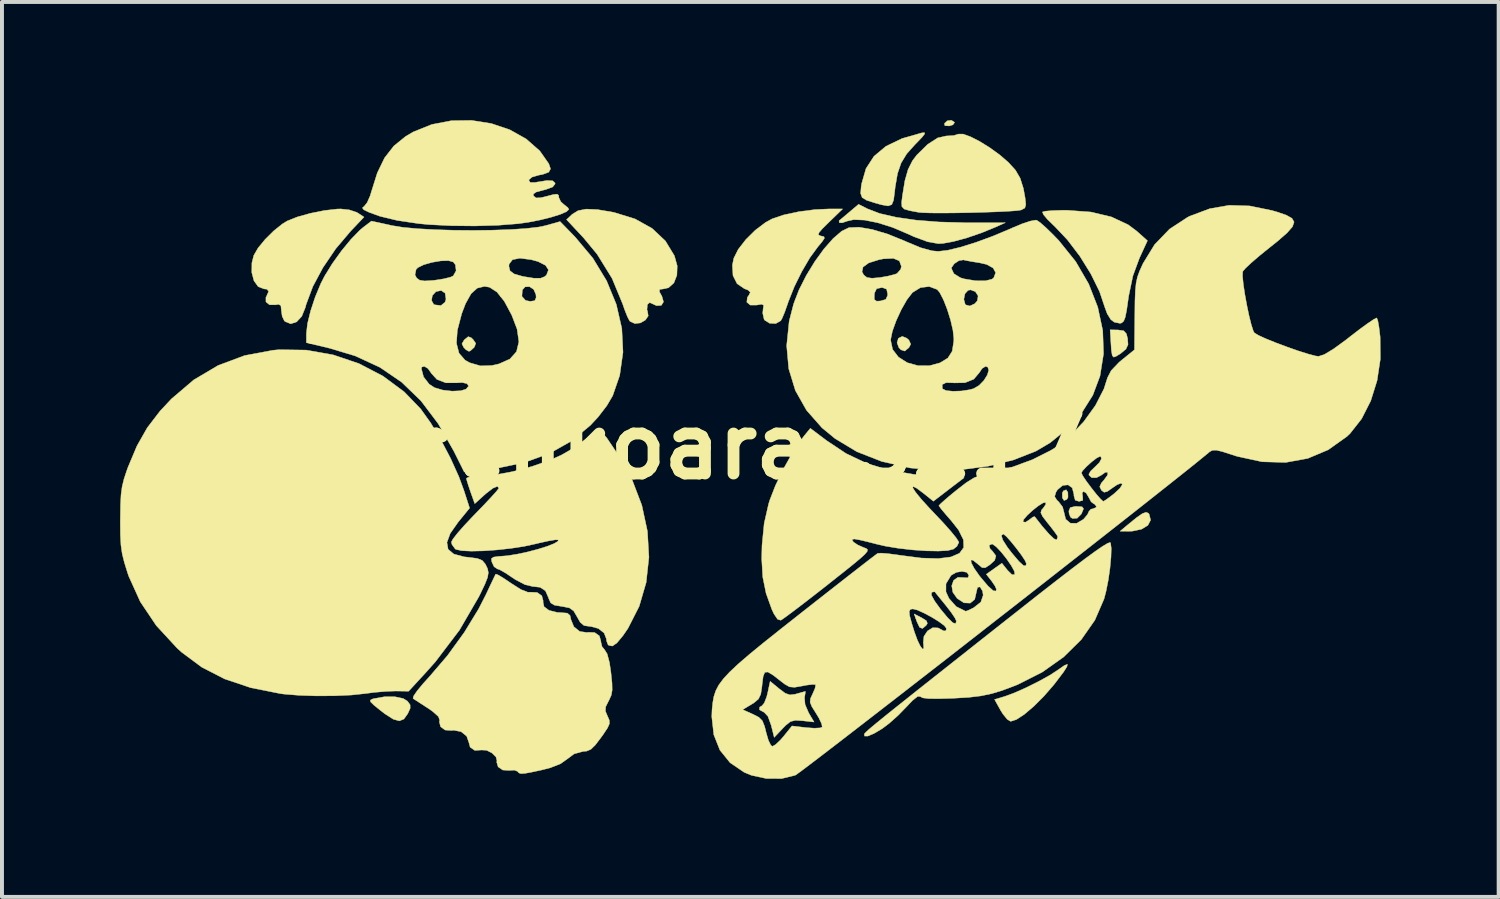
<source format=kicad_pcb>
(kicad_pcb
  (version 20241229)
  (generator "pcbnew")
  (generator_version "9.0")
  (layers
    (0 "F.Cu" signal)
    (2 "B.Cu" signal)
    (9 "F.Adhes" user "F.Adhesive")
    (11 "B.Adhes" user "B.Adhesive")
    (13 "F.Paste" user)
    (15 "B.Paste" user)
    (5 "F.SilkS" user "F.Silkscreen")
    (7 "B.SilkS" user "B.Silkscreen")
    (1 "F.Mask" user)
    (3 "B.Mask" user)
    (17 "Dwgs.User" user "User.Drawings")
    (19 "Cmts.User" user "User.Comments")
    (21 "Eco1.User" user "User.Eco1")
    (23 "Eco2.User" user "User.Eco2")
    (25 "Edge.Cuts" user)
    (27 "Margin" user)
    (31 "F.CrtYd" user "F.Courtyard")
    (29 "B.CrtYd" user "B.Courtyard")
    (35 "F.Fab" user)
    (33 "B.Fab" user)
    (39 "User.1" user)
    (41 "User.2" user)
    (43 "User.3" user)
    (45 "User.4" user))
  (footprint "senkoara_3217"
    (layer "F.Cu")
    (at 15.908 8.288)
    (property "Reference" "senkoara_3217" (at 0 0 0) (layer "F.SilkS") (effects (font (size 1.524 1.524) (thickness 0.3))))
    (attr through_hole)
    (fp_poly (pts (xy 4.453 4.354) (xy 4.576 4.432) (xy 4.597 4.498) (xy 4.569 4.544) (xy 4.473 4.626) (xy 4.398 4.595) (xy 4.328 4.445) (xy 4.261 4.255) (xy 4.453 4.354)) (stroke (width 0.01) (type solid)) (fill yes) (layer "F.SilkS"))
    (fp_poly (pts (xy 5.282 -8.235) (xy 5.286 -8.223) (xy 5.245 -8.167) (xy 5.152 -8.139) (xy 5.041 -8.146) (xy 5.031 -8.202) (xy 5.102 -8.27) (xy 5.208 -8.283) (xy 5.282 -8.235)) (stroke (width 0.01) (type solid)) (fill yes) (layer "F.SilkS"))
    (fp_poly (pts (xy 8.166 1.168) (xy 8.169 1.295) (xy 8.139 1.348) (xy 8.069 1.375) (xy 8.026 1.308) (xy 8.024 1.181) (xy 8.054 1.128) (xy 8.123 1.102) (xy 8.166 1.168)) (stroke (width 0.01) (type solid)) (fill yes) (layer "F.SilkS"))
    (fp_poly (pts (xy 4.072 -2.749) (xy 4.128 -2.699) (xy 4.175 -2.597) (xy 4.128 -2.508) (xy 4.022 -2.421) (xy 3.925 -2.454) (xy 3.874 -2.507) (xy 3.827 -2.632) (xy 3.86 -2.745) (xy 3.959 -2.794) (xy 4.072 -2.749)) (stroke (width 0.01) (type solid)) (fill yes) (layer "F.SilkS"))
    (fp_poly (pts (xy 8.527 1.534) (xy 8.564 1.584) (xy 8.514 1.705) (xy 8.507 1.719) (xy 8.403 1.824) (xy 8.282 1.831) (xy 8.234 1.799) (xy 8.197 1.706) (xy 8.191 1.64) (xy 8.227 1.554) (xy 8.352 1.524) (xy 8.382 1.524) (xy 8.527 1.534)) (stroke (width 0.01) (type solid)) (fill yes) (layer "F.SilkS"))
    (fp_poly (pts (xy 10.212 1.698) (xy 10.229 1.72) (xy 10.268 1.871) (xy 10.199 2.004) (xy 10.039 2.103) (xy 9.805 2.153) (xy 9.716 2.156) (xy 9.493 2.154) (xy 9.684 1.994) (xy 9.907 1.812) (xy 10.057 1.708) (xy 10.152 1.673) (xy 10.212 1.698)) (stroke (width 0.01) (type solid)) (fill yes) (layer "F.SilkS"))
    (fp_poly (pts (xy -6.991 -2.761) (xy -6.943 -2.716) (xy -6.874 -2.618) (xy -6.906 -2.528) (xy -6.919 -2.511) (xy -7.007 -2.43) (xy -7.048 -2.413) (xy -7.124 -2.456) (xy -7.178 -2.511) (xy -7.225 -2.605) (xy -7.171 -2.698) (xy -7.154 -2.716) (xy -7.065 -2.787) (xy -6.991 -2.761)) (stroke (width 0.01) (type solid)) (fill yes) (layer "F.SilkS"))
    (fp_poly (pts (xy 9.441 -2.957) (xy 9.584 -2.937) (xy 9.653 -2.86) (xy 9.683 -2.74) (xy 9.694 -2.587) (xy 9.641 -2.471) (xy 9.504 -2.357) (xy 9.388 -2.286) (xy 9.328 -2.266) (xy 9.292 -2.31) (xy 9.271 -2.443) (xy 9.261 -2.593) (xy 9.239 -2.961) (xy 9.441 -2.957)) (stroke (width 0.01) (type solid)) (fill yes) (layer "F.SilkS"))
    (fp_poly (pts (xy -8.929 6.359) (xy -8.717 6.404) (xy -8.609 6.471) (xy -8.541 6.564) (xy -8.54 6.654) (xy -8.601 6.789) (xy -8.698 6.925) (xy -8.814 6.973) (xy -8.969 6.93) (xy -9.181 6.794) (xy -9.28 6.718) (xy -9.456 6.576) (xy -9.543 6.492) (xy -9.553 6.446) (xy -9.497 6.417) (xy -9.461 6.407) (xy -9.19 6.359) (xy -8.929 6.359)) (stroke (width 0.01) (type solid)) (fill yes) (layer "F.SilkS"))
    (fp_poly (pts (xy 8.141 5.597) (xy 8.056 5.731) (xy 7.817 6.046) (xy 7.56 6.342) (xy 7.301 6.601) (xy 7.061 6.806) (xy 6.857 6.939) (xy 6.712 6.985) (xy 6.627 6.934) (xy 6.519 6.802) (xy 6.459 6.707) (xy 6.304 6.428) (xy 6.565 6.35) (xy 6.809 6.26) (xy 7.111 6.126) (xy 7.427 5.968) (xy 7.711 5.811) (xy 7.917 5.676) (xy 8.081 5.562) (xy 8.155 5.535) (xy 8.141 5.597)) (stroke (width 0.01) (type solid)) (fill yes) (layer "F.SilkS"))
    (fp_poly (pts (xy 4.529 -7.938) (xy 4.462 -7.852) (xy 4.313 -7.697) (xy 4.282 -7.666) (xy 4.073 -7.432) (xy 3.931 -7.2) (xy 3.839 -6.931) (xy 3.78 -6.587) (xy 3.766 -6.461) (xy 3.739 -6.254) (xy 3.693 -6.141) (xy 3.6 -6.107) (xy 3.432 -6.137) (xy 3.27 -6.182) (xy 3.056 -6.25) (xy 2.941 -6.319) (xy 2.902 -6.425) (xy 2.916 -6.6) (xy 2.928 -6.675) (xy 3.038 -7.056) (xy 3.242 -7.37) (xy 3.545 -7.623) (xy 3.954 -7.82) (xy 4.45 -7.962) (xy 4.522 -7.97) (xy 4.529 -7.938)) (stroke (width 0.01) (type solid)) (fill yes) (layer "F.SilkS"))
    (fp_poly (pts (xy 3.079 -6.033) (xy 3.389 -5.915) (xy 3.807 -5.819) (xy 4.314 -5.746) (xy 4.892 -5.7) (xy 5.524 -5.683) (xy 5.559 -5.683) (xy 6.579 -5.683) (xy 6.321 -5.567) (xy 5.967 -5.422) (xy 5.604 -5.298) (xy 5.268 -5.206) (xy 4.992 -5.155) (xy 4.878 -5.149) (xy 4.608 -5.196) (xy 4.256 -5.326) (xy 4.096 -5.399) (xy 3.712 -5.562) (xy 3.338 -5.68) (xy 3.001 -5.748) (xy 2.726 -5.759) (xy 2.564 -5.723) (xy 2.433 -5.679) (xy 2.362 -5.681) (xy 2.354 -5.732) (xy 2.355 -5.733) (xy 2.415 -5.782) (xy 2.537 -5.884) (xy 2.616 -5.951) (xy 2.85 -6.149) (xy 3.079 -6.033)) (stroke (width 0.01) (type solid)) (fill yes) (layer "F.SilkS"))
    (fp_poly (pts (xy 0.833 6.156) (xy 0.988 6.271) (xy 1.106 6.312) (xy 1.24 6.295) (xy 1.277 6.284) (xy 1.421 6.244) (xy 1.496 6.223) (xy 1.499 6.223) (xy 1.494 6.277) (xy 1.476 6.38) (xy 1.491 6.555) (xy 1.579 6.762) (xy 1.583 6.77) (xy 1.72 7.002) (xy 1.429 6.969) (xy 1.244 6.958) (xy 1.119 6.99) (xy 0.997 7.087) (xy 0.922 7.164) (xy 0.707 7.392) (xy 0.63 7.085) (xy 0.547 6.856) (xy 0.447 6.751) (xy 0.435 6.747) (xy 0.332 6.69) (xy 0.337 6.622) (xy 0.397 6.588) (xy 0.456 6.515) (xy 0.516 6.36) (xy 0.54 6.265) (xy 0.604 5.967) (xy 0.833 6.156)) (stroke (width 0.01) (type solid)) (fill yes) (layer "F.SilkS"))
    (fp_poly (pts (xy 8.75 -5.953) (xy 9.268 -5.83) (xy 9.696 -5.631) (xy 9.91 -5.471) (xy 10.187 -5.225) (xy 9.983 -4.781) (xy 9.817 -4.33) (xy 9.709 -3.812) (xy 9.699 -3.74) (xy 9.659 -3.459) (xy 9.623 -3.28) (xy 9.583 -3.18) (xy 9.531 -3.135) (xy 9.49 -3.125) (xy 9.347 -3.154) (xy 9.257 -3.22) (xy 9.166 -3.367) (xy 9.108 -3.524) (xy 8.97 -3.933) (xy 8.75 -4.38) (xy 8.471 -4.83) (xy 8.154 -5.247) (xy 7.822 -5.597) (xy 7.804 -5.613) (xy 7.648 -5.765) (xy 7.546 -5.887) (xy 7.52 -5.953) (xy 7.521 -5.955) (xy 7.601 -5.975) (xy 7.777 -5.989) (xy 8.018 -5.997) (xy 8.149 -5.997) (xy 8.75 -5.953)) (stroke (width 0.01) (type solid)) (fill yes) (layer "F.SilkS"))
    (fp_poly (pts (xy 5.693 -7.865) (xy 5.928 -7.745) (xy 6.184 -7.586) (xy 6.436 -7.403) (xy 6.651 -7.218) (xy 6.834 -7.018) (xy 6.955 -6.81) (xy 7.036 -6.552) (xy 7.08 -6.311) (xy 7.098 -6.142) (xy 7.073 -6.055) (xy 6.99 -6.009) (xy 6.973 -6.003) (xy 6.862 -5.987) (xy 6.65 -5.972) (xy 6.362 -5.958) (xy 6.023 -5.946) (xy 5.66 -5.936) (xy 5.298 -5.93) (xy 4.962 -5.927) (xy 4.677 -5.929) (xy 4.471 -5.936) (xy 4.381 -5.944) (xy 4.145 -5.988) (xy 4.009 -6.028) (xy 3.95 -6.09) (xy 3.943 -6.198) (xy 3.964 -6.369) (xy 4.026 -6.749) (xy 4.107 -7.033) (xy 4.218 -7.255) (xy 4.328 -7.4) (xy 4.604 -7.671) (xy 4.858 -7.835) (xy 5.081 -7.886) (xy 5.094 -7.885) (xy 5.269 -7.896) (xy 5.388 -7.933) (xy 5.505 -7.933) (xy 5.693 -7.865)) (stroke (width 0.01) (type solid)) (fill yes) (layer "F.SilkS"))
    (fp_poly (pts (xy -3.784 -6.015) (xy -3.404 -5.951) (xy -3.356 -5.941) (xy -2.828 -5.778) (xy -2.394 -5.536) (xy -2.056 -5.217) (xy -1.828 -4.842) (xy -1.757 -4.586) (xy -1.765 -4.347) (xy -1.841 -4.152) (xy -1.977 -4.029) (xy -2.105 -4) (xy -2.202 -3.987) (xy -2.209 -3.928) (xy -2.145 -3.811) (xy -2.105 -3.67) (xy -2.16 -3.582) (xy -2.28 -3.573) (xy -2.353 -3.607) (xy -2.455 -3.653) (xy -2.507 -3.611) (xy -2.515 -3.592) (xy -2.525 -3.471) (xy -2.511 -3.433) (xy -2.493 -3.313) (xy -2.566 -3.208) (xy -2.691 -3.136) (xy -2.833 -3.119) (xy -2.954 -3.175) (xy -2.968 -3.191) (xy -3.021 -3.293) (xy -3.092 -3.471) (xy -3.143 -3.619) (xy -3.412 -4.268) (xy -3.79 -4.88) (xy -4.136 -5.298) (xy -4.568 -5.76) (xy -4.423 -5.896) (xy -4.274 -5.988) (xy -4.067 -6.027) (xy -3.784 -6.015)) (stroke (width 0.01) (type solid)) (fill yes) (layer "F.SilkS"))
    (fp_poly (pts (xy -10.088 -6.008) (xy -9.903 -5.947) (xy -9.87 -5.929) (xy -9.712 -5.825) (xy -10.051 -5.468) (xy -10.428 -5.023) (xy -10.755 -4.542) (xy -11.013 -4.059) (xy -11.183 -3.603) (xy -11.204 -3.524) (xy -11.293 -3.304) (xy -11.424 -3.162) (xy -11.573 -3.113) (xy -11.718 -3.172) (xy -11.735 -3.188) (xy -11.791 -3.304) (xy -11.811 -3.449) (xy -11.824 -3.576) (xy -11.885 -3.609) (xy -11.962 -3.595) (xy -12.113 -3.597) (xy -12.203 -3.67) (xy -12.204 -3.785) (xy -12.189 -3.812) (xy -12.134 -3.937) (xy -12.179 -3.993) (xy -12.252 -4) (xy -12.4 -4.057) (xy -12.507 -4.206) (xy -12.563 -4.417) (xy -12.56 -4.661) (xy -12.511 -4.853) (xy -12.404 -5.038) (xy -12.225 -5.256) (xy -12.008 -5.472) (xy -11.788 -5.649) (xy -11.664 -5.725) (xy -11.405 -5.828) (xy -11.071 -5.921) (xy -10.715 -5.992) (xy -10.389 -6.029) (xy -10.301 -6.031) (xy -10.088 -6.008)) (stroke (width 0.01) (type solid)) (fill yes) (layer "F.SilkS"))
    (fp_poly (pts (xy 2.445 -6.031) (xy 2.101 -5.698) (xy 1.93 -5.529) (xy 1.843 -5.427) (xy 1.828 -5.373) (xy 1.875 -5.349) (xy 1.895 -5.345) (xy 1.97 -5.327) (xy 1.982 -5.287) (xy 1.923 -5.198) (xy 1.816 -5.07) (xy 1.614 -4.794) (xy 1.407 -4.44) (xy 1.216 -4.053) (xy 1.067 -3.678) (xy 1.047 -3.619) (xy 0.975 -3.414) (xy 0.908 -3.253) (xy 0.873 -3.191) (xy 0.747 -3.12) (xy 0.59 -3.127) (xy 0.465 -3.205) (xy 0.45 -3.228) (xy 0.415 -3.383) (xy 0.425 -3.489) (xy 0.439 -3.585) (xy 0.39 -3.611) (xy 0.263 -3.59) (xy 0.097 -3.59) (xy 0.011 -3.663) (xy 0.025 -3.784) (xy 0.065 -3.843) (xy 0.1 -3.915) (xy 0.043 -3.969) (xy -0.052 -4.006) (xy -0.236 -4.132) (xy -0.34 -4.338) (xy -0.356 -4.602) (xy -0.32 -4.779) (xy -0.208 -5.003) (xy -0.015 -5.252) (xy 0.226 -5.491) (xy 0.485 -5.687) (xy 0.652 -5.779) (xy 0.954 -5.881) (xy 1.335 -5.962) (xy 1.745 -6.015) (xy 2.095 -6.031) (xy 2.445 -6.031)) (stroke (width 0.01) (type solid)) (fill yes) (layer "F.SilkS"))
    (fp_poly (pts (xy 9.25 2.449) (xy 9.268 2.588) (xy 9.261 2.815) (xy 9.235 3.096) (xy 9.192 3.396) (xy 9.136 3.68) (xy 9.084 3.877) (xy 8.852 4.413) (xy 8.507 4.907) (xy 8.058 5.35) (xy 7.514 5.735) (xy 6.885 6.053) (xy 6.509 6.196) (xy 6.229 6.281) (xy 5.956 6.338) (xy 5.646 6.375) (xy 5.256 6.398) (xy 5.232 6.399) (xy 4.874 6.409) (xy 4.628 6.406) (xy 4.48 6.388) (xy 4.416 6.354) (xy 4.415 6.353) (xy 4.35 6.351) (xy 4.22 6.454) (xy 4.058 6.624) (xy 3.852 6.835) (xy 3.625 7.037) (xy 3.45 7.169) (xy 3.243 7.292) (xy 3.087 7.358) (xy 3.001 7.359) (xy 2.995 7.308) (xy 3.008 7.288) (xy 3.041 7.254) (xy 3.101 7.199) (xy 3.193 7.12) (xy 3.325 7.011) (xy 3.503 6.866) (xy 3.733 6.681) (xy 4.022 6.451) (xy 4.376 6.169) (xy 4.802 5.832) (xy 5.307 5.433) (xy 5.896 4.967) (xy 6.576 4.43) (xy 6.813 4.244) (xy 7.396 3.784) (xy 7.887 3.401) (xy 8.292 3.089) (xy 8.617 2.844) (xy 8.868 2.661) (xy 9.05 2.536) (xy 9.171 2.464) (xy 9.235 2.441) (xy 9.25 2.449)) (stroke (width 0.01) (type solid)) (fill yes) (layer "F.SilkS"))
    (fp_poly (pts (xy -6.479 -8.201) (xy -6.01 -8.043) (xy -5.593 -7.809) (xy -5.248 -7.506) (xy -5.019 -7.18) (xy -4.974 -7.049) (xy -5.02 -6.965) (xy -5.171 -6.909) (xy -5.271 -6.89) (xy -5.444 -6.84) (xy -5.523 -6.772) (xy -5.524 -6.759) (xy -5.49 -6.703) (xy -5.37 -6.703) (xy -5.318 -6.713) (xy -5.067 -6.753) (xy -4.92 -6.746) (xy -4.861 -6.692) (xy -4.858 -6.668) (xy -4.92 -6.589) (xy -5.101 -6.522) (xy -5.157 -6.509) (xy -5.339 -6.46) (xy -5.412 -6.409) (xy -5.404 -6.36) (xy -5.34 -6.311) (xy -5.22 -6.316) (xy -5.105 -6.344) (xy -4.91 -6.395) (xy -4.808 -6.407) (xy -4.769 -6.377) (xy -4.763 -6.319) (xy -4.713 -6.214) (xy -4.636 -6.145) (xy -4.537 -6.067) (xy -4.508 -6.022) (xy -4.567 -5.963) (xy -4.725 -5.894) (xy -4.958 -5.821) (xy -5.238 -5.751) (xy -5.541 -5.692) (xy -5.798 -5.656) (xy -6.312 -5.616) (xy -6.895 -5.599) (xy -7.494 -5.605) (xy -8.054 -5.633) (xy -8.319 -5.658) (xy -8.863 -5.738) (xy -9.308 -5.845) (xy -9.583 -5.945) (xy -9.722 -6.012) (xy -9.753 -6.059) (xy -9.708 -6.098) (xy -9.633 -6.191) (xy -9.558 -6.36) (xy -9.528 -6.459) (xy -9.375 -6.946) (xy -9.189 -7.33) (xy -8.953 -7.632) (xy -8.653 -7.875) (xy -8.462 -7.987) (xy -7.991 -8.177) (xy -7.49 -8.273) (xy -6.979 -8.28) (xy -6.479 -8.201)) (stroke (width 0.01) (type solid)) (fill yes) (layer "F.SilkS"))
    (fp_poly (pts (xy 2.035 -0.149) (xy 2.53 0.18) (xy 3.046 0.427) (xy 3.607 0.6) (xy 4.24 0.709) (xy 4.751 0.751) (xy 5.532 0.794) (xy 5.141 1.093) (xy 4.75 1.393) (xy 4.502 1.194) (xy 4.327 1.063) (xy 4.236 1.018) (xy 4.226 1.052) (xy 4.294 1.159) (xy 4.435 1.333) (xy 4.646 1.566) (xy 4.784 1.711) (xy 5.007 1.947) (xy 5.194 2.158) (xy 5.329 2.324) (xy 5.394 2.425) (xy 5.397 2.439) (xy 5.347 2.54) (xy 5.258 2.61) (xy 5.113 2.646) (xy 4.872 2.659) (xy 4.565 2.653) (xy 4.22 2.629) (xy 3.868 2.589) (xy 3.538 2.535) (xy 3.302 2.481) (xy 3.062 2.419) (xy 2.864 2.373) (xy 2.744 2.352) (xy 2.734 2.351) (xy 2.681 2.373) (xy 2.721 2.431) (xy 2.829 2.503) (xy 2.983 2.571) (xy 2.987 2.572) (xy 3.046 2.594) (xy 3.077 2.621) (xy 3.071 2.664) (xy 3.017 2.732) (xy 2.906 2.835) (xy 2.727 2.985) (xy 2.47 3.191) (xy 2.125 3.464) (xy 2.069 3.509) (xy 1.743 3.764) (xy 1.446 3.994) (xy 1.195 4.185) (xy 1.006 4.326) (xy 0.893 4.405) (xy 0.872 4.416) (xy 0.793 4.392) (xy 0.701 4.256) (xy 0.645 4.136) (xy 0.5 3.732) (xy 0.416 3.32) (xy 0.389 2.858) (xy 0.397 2.512) (xy 0.452 1.956) (xy 0.564 1.462) (xy 0.594 1.365) (xy 0.735 1.002) (xy 0.927 0.599) (xy 1.147 0.204) (xy 1.369 -0.138) (xy 1.475 -0.277) (xy 1.625 -0.459) (xy 2.035 -0.149)) (stroke (width 0.01) (type solid)) (fill yes) (layer "F.SilkS"))
    (fp_poly (pts (xy -11.18 -2.446) (xy -10.496 -2.325) (xy -9.84 -2.103) (xy -9.231 -1.786) (xy -8.691 -1.385) (xy -8.274 -0.953) (xy -8.021 -0.6) (xy -7.76 -0.167) (xy -7.513 0.305) (xy -7.302 0.772) (xy -7.174 1.121) (xy -7.03 1.567) (xy -7.325 1.929) (xy -7.523 2.212) (xy -7.606 2.44) (xy -7.576 2.614) (xy -7.431 2.735) (xy -7.17 2.805) (xy -7.051 2.818) (xy -6.836 2.846) (xy -6.709 2.897) (xy -6.631 2.988) (xy -6.628 2.994) (xy -6.574 3.105) (xy -6.554 3.207) (xy -6.574 3.329) (xy -6.641 3.499) (xy -6.759 3.746) (xy -6.797 3.822) (xy -7.288 4.667) (xy -7.9 5.472) (xy -8.13 5.731) (xy -8.579 6.219) (xy -8.909 6.214) (xy -9.152 6.223) (xy -9.448 6.248) (xy -9.684 6.279) (xy -10.033 6.316) (xy -10.461 6.335) (xy -10.922 6.338) (xy -11.368 6.323) (xy -11.754 6.291) (xy -11.837 6.28) (xy -12.593 6.129) (xy -13.253 5.907) (xy -13.833 5.609) (xy -14.346 5.228) (xy -14.463 5.121) (xy -14.988 4.552) (xy -15.395 3.946) (xy -15.689 3.296) (xy -15.722 3.198) (xy -15.802 2.94) (xy -15.855 2.724) (xy -15.886 2.508) (xy -15.9 2.254) (xy -15.903 1.92) (xy -15.902 1.841) (xy -15.897 1.492) (xy -15.884 1.231) (xy -15.856 1.022) (xy -15.808 0.826) (xy -15.735 0.606) (xy -15.707 0.529) (xy -15.479 -0.013) (xy -15.218 -0.473) (xy -14.893 -0.897) (xy -14.604 -1.206) (xy -14.037 -1.689) (xy -13.417 -2.056) (xy -12.746 -2.307) (xy -12.024 -2.442) (xy -11.871 -2.456) (xy -11.18 -2.446)) (stroke (width 0.01) (type solid)) (fill yes) (layer "F.SilkS"))
    (fp_poly (pts (xy -6.31 3.263) (xy -6.178 3.341) (xy -5.998 3.462) (xy -5.976 3.477) (xy -5.73 3.634) (xy -5.555 3.704) (xy -5.469 3.704) (xy -5.313 3.711) (xy -5.196 3.795) (xy -5.161 3.926) (xy -5.165 3.949) (xy -5.14 4.071) (xy -5.013 4.165) (xy -4.809 4.217) (xy -4.699 4.223) (xy -4.547 4.236) (xy -4.479 4.295) (xy -4.457 4.397) (xy -4.382 4.581) (xy -4.233 4.701) (xy -4.047 4.728) (xy -4.02 4.722) (xy -3.854 4.728) (xy -3.733 4.814) (xy -3.695 4.951) (xy -3.697 4.96) (xy -3.666 5.088) (xy -3.608 5.156) (xy -3.536 5.27) (xy -3.477 5.493) (xy -3.44 5.747) (xy -3.413 6.012) (xy -3.409 6.19) (xy -3.432 6.32) (xy -3.485 6.439) (xy -3.499 6.465) (xy -3.574 6.615) (xy -3.58 6.726) (xy -3.526 6.854) (xy -3.482 6.955) (xy -3.478 7.043) (xy -3.526 7.151) (xy -3.635 7.315) (xy -3.689 7.39) (xy -3.837 7.585) (xy -3.949 7.694) (xy -4.055 7.74) (xy -4.144 7.747) (xy -4.375 7.81) (xy -4.537 7.931) (xy -4.723 8.063) (xy -4.982 8.164) (xy -5.188 8.217) (xy -5.456 8.275) (xy -5.627 8.306) (xy -5.726 8.312) (xy -5.779 8.294) (xy -5.809 8.257) (xy -5.892 8.223) (xy -6.023 8.231) (xy -6.187 8.221) (xy -6.305 8.141) (xy -6.342 8.02) (xy -6.335 7.988) (xy -6.36 7.889) (xy -6.462 7.788) (xy -6.599 7.719) (xy -6.722 7.712) (xy -6.898 7.723) (xy -7.016 7.641) (xy -7.048 7.522) (xy -7.105 7.36) (xy -7.246 7.247) (xy -7.434 7.209) (xy -7.49 7.216) (xy -7.652 7.205) (xy -7.767 7.121) (xy -7.799 6.995) (xy -7.789 6.958) (xy -7.821 6.864) (xy -7.97 6.731) (xy -8.078 6.656) (xy -8.262 6.537) (xy -8.406 6.443) (xy -8.467 6.403) (xy -8.453 6.342) (xy -8.363 6.21) (xy -8.21 6.025) (xy -8.046 5.844) (xy -7.59 5.311) (xy -7.164 4.723) (xy -6.797 4.122) (xy -6.606 3.746) (xy -6.502 3.523) (xy -6.419 3.349) (xy -6.372 3.253) (xy -6.366 3.243) (xy -6.31 3.263)) (stroke (width 0.01) (type solid)) (fill yes) (layer "F.SilkS"))
    (fp_poly (pts (xy -3.65 -0.34) (xy -3.545 -0.213) (xy -3.4 0.001) (xy -3.26 0.212) (xy -2.905 0.841) (xy -2.656 1.494) (xy -2.513 2.157) (xy -2.475 2.815) (xy -2.545 3.455) (xy -2.722 4.061) (xy -3.006 4.62) (xy -3.135 4.808) (xy -3.289 4.993) (xy -3.403 5.072) (xy -3.494 5.054) (xy -3.514 5.038) (xy -3.551 4.943) (xy -3.556 4.889) (xy -3.613 4.741) (xy -3.759 4.626) (xy -3.954 4.573) (xy -3.984 4.572) (xy -4.124 4.551) (xy -4.221 4.468) (xy -4.297 4.334) (xy -4.387 4.18) (xy -4.494 4.103) (xy -4.669 4.067) (xy -4.695 4.064) (xy -4.876 4.033) (xy -4.971 3.975) (xy -5.021 3.864) (xy -5.025 3.847) (xy -5.104 3.668) (xy -5.239 3.579) (xy -5.434 3.557) (xy -5.625 3.511) (xy -5.862 3.387) (xy -5.942 3.334) (xy -6.12 3.215) (xy -6.263 3.134) (xy -6.327 3.111) (xy -6.408 3.057) (xy -6.467 2.932) (xy -6.477 2.852) (xy -6.421 2.812) (xy -6.286 2.793) (xy -6.271 2.793) (xy -6.064 2.777) (xy -5.814 2.736) (xy -5.545 2.678) (xy -5.281 2.608) (xy -5.05 2.535) (xy -4.875 2.465) (xy -4.782 2.406) (xy -4.78 2.375) (xy -4.854 2.373) (xy -5.019 2.4) (xy -5.247 2.45) (xy -5.345 2.474) (xy -5.644 2.539) (xy -5.984 2.591) (xy -6.339 2.63) (xy -6.681 2.654) (xy -6.985 2.661) (xy -7.225 2.65) (xy -7.373 2.618) (xy -7.396 2.605) (xy -7.478 2.492) (xy -7.493 2.428) (xy -7.45 2.349) (xy -7.334 2.201) (xy -7.16 2.003) (xy -6.945 1.775) (xy -6.89 1.718) (xy -6.669 1.49) (xy -6.484 1.293) (xy -6.352 1.147) (xy -6.289 1.067) (xy -6.287 1.06) (xy -6.326 1.015) (xy -6.439 1.063) (xy -6.615 1.199) (xy -6.656 1.235) (xy -6.899 1.455) (xy -7.006 1.156) (xy -7.067 0.974) (xy -7.106 0.844) (xy -7.112 0.81) (xy -7.055 0.781) (xy -6.913 0.764) (xy -6.838 0.762) (xy -6.422 0.73) (xy -5.943 0.642) (xy -5.446 0.51) (xy -4.977 0.345) (xy -4.695 0.218) (xy -4.484 0.097) (xy -4.239 -0.066) (xy -4.071 -0.191) (xy -3.926 -0.307) (xy -3.821 -0.377) (xy -3.735 -0.392) (xy -3.65 -0.34)) (stroke (width 0.01) (type solid)) (fill yes) (layer "F.SilkS"))
    (fp_poly (pts (xy -9 -5.608) (xy -8.721 -5.563) (xy -8.351 -5.529) (xy -7.913 -5.505) (xy -7.434 -5.49) (xy -6.938 -5.486) (xy -6.45 -5.492) (xy -5.994 -5.508) (xy -5.597 -5.534) (xy -5.282 -5.57) (xy -5.112 -5.605) (xy -4.732 -5.711) (xy -4.348 -5.316) (xy -3.899 -4.78) (xy -3.55 -4.206) (xy -3.304 -3.607) (xy -3.164 -2.997) (xy -3.134 -2.391) (xy -3.218 -1.801) (xy -3.395 -1.288) (xy -3.545 -1.033) (xy -3.766 -0.746) (xy -3.962 -0.535) (xy -4.441 -0.137) (xy -4.999 0.178) (xy -5.643 0.411) (xy -6.381 0.565) (xy -6.742 0.609) (xy -7.166 0.651) (xy -7.432 0.119) (xy -7.827 -0.576) (xy -8.265 -1.156) (xy -8.755 -1.63) (xy -9.257 -1.973) (xy -8.255 -1.973) (xy -8.199 -1.764) (xy -8.056 -1.58) (xy -7.922 -1.492) (xy -7.711 -1.43) (xy -7.472 -1.403) (xy -7.254 -1.413) (xy -7.12 -1.454) (xy -7.055 -1.531) (xy -7.094 -1.592) (xy -7.216 -1.622) (xy -7.354 -1.614) (xy -7.633 -1.614) (xy -7.86 -1.7) (xy -8.006 -1.86) (xy -8.012 -1.872) (xy -8.09 -1.98) (xy -8.181 -2.033) (xy -8.245 -2.015) (xy -8.255 -1.973) (xy -9.257 -1.973) (xy -9.309 -2.008) (xy -9.936 -2.298) (xy -10.589 -2.494) (xy -11.114 -2.619) (xy -7.364 -2.619) (xy -7.299 -2.368) (xy -7.145 -2.19) (xy -7.028 -2.125) (xy -6.754 -2.045) (xy -6.466 -2.054) (xy -6.282 -2.096) (xy -6.007 -2.219) (xy -5.839 -2.406) (xy -5.778 -2.658) (xy -5.824 -2.978) (xy -5.959 -3.332) (xy -6.149 -3.686) (xy -6.249 -3.811) (xy -5.702 -3.811) (xy -5.608 -3.707) (xy -5.491 -3.683) (xy -5.373 -3.701) (xy -5.34 -3.781) (xy -5.346 -3.858) (xy -5.403 -3.988) (xy -5.509 -4.057) (xy -5.621 -4.052) (xy -5.69 -3.973) (xy -5.702 -3.811) (xy -6.249 -3.811) (xy -6.335 -3.92) (xy -6.524 -4.042) (xy -6.654 -4.064) (xy -6.836 -4.019) (xy -6.993 -3.877) (xy -7.133 -3.627) (xy -7.231 -3.369) (xy -7.341 -2.95) (xy -7.364 -2.619) (xy -11.114 -2.619) (xy -11.176 -2.634) (xy -11.176 -2.866) (xy -11.147 -3.121) (xy -11.067 -3.445) (xy -10.981 -3.706) (xy -7.997 -3.706) (xy -7.942 -3.609) (xy -7.922 -3.597) (xy -7.759 -3.577) (xy -7.654 -3.662) (xy -7.63 -3.74) (xy -7.652 -3.892) (xy -7.752 -3.96) (xy -7.886 -3.93) (xy -7.976 -3.832) (xy -7.997 -3.706) (xy -10.981 -3.706) (xy -10.951 -3.796) (xy -10.811 -4.133) (xy -10.717 -4.318) (xy -10.693 -4.357) (xy -8.417 -4.357) (xy -8.373 -4.275) (xy -8.298 -4.221) (xy -8.173 -4.202) (xy -7.963 -4.215) (xy -7.909 -4.221) (xy -7.691 -4.255) (xy -7.519 -4.297) (xy -7.446 -4.331) (xy -7.373 -4.461) (xy -7.386 -4.574) (xy -6.032 -4.574) (xy -6.004 -4.46) (xy -5.902 -4.382) (xy -5.702 -4.323) (xy -5.654 -4.313) (xy -5.394 -4.271) (xy -5.225 -4.271) (xy -5.117 -4.315) (xy -5.076 -4.355) (xy -5.027 -4.483) (xy -5.101 -4.598) (xy -5.291 -4.695) (xy -5.464 -4.742) (xy -5.753 -4.78) (xy -5.941 -4.742) (xy -6.027 -4.629) (xy -6.032 -4.574) (xy -7.386 -4.574) (xy -7.39 -4.611) (xy -7.445 -4.684) (xy -7.567 -4.718) (xy -7.762 -4.712) (xy -7.986 -4.674) (xy -8.195 -4.614) (xy -8.346 -4.54) (xy -8.389 -4.495) (xy -8.417 -4.357) (xy -10.693 -4.357) (xy -10.519 -4.64) (xy -10.286 -4.965) (xy -10.045 -5.258) (xy -9.823 -5.487) (xy -9.738 -5.559) (xy -9.523 -5.723) (xy -9 -5.608)) (stroke (width 0.01) (type solid)) (fill yes) (layer "F.SilkS"))
    (fp_poly (pts (xy 7.373 -5.745) (xy 7.462 -5.685) (xy 7.613 -5.552) (xy 7.8 -5.369) (xy 7.938 -5.225) (xy 8.365 -4.694) (xy 8.695 -4.126) (xy 8.925 -3.537) (xy 9.052 -2.941) (xy 9.072 -2.352) (xy 8.982 -1.787) (xy 8.8 -1.301) (xy 8.522 -0.859) (xy 8.15 -0.445) (xy 7.717 -0.093) (xy 7.354 0.121) (xy 6.78 0.346) (xy 6.132 0.505) (xy 5.445 0.594) (xy 4.758 0.607) (xy 4.158 0.548) (xy 3.438 0.383) (xy 2.807 0.136) (xy 2.254 -0.197) (xy 1.921 -0.471) (xy 1.527 -0.918) (xy 1.244 -1.42) (xy 1.199 -1.569) (xy 4.973 -1.569) (xy 4.978 -1.472) (xy 4.985 -1.46) (xy 5.075 -1.417) (xy 5.247 -1.4) (xy 5.459 -1.407) (xy 5.67 -1.439) (xy 5.771 -1.467) (xy 5.911 -1.549) (xy 6.032 -1.673) (xy 6.119 -1.812) (xy 6.157 -1.936) (xy 6.13 -2.016) (xy 6.074 -2.032) (xy 5.988 -1.98) (xy 5.916 -1.872) (xy 5.776 -1.707) (xy 5.553 -1.617) (xy 5.276 -1.612) (xy 5.258 -1.614) (xy 5.072 -1.619) (xy 4.973 -1.569) (xy 1.199 -1.569) (xy 1.076 -1.97) (xy 1.023 -2.559) (xy 1.038 -2.7) (xy 3.664 -2.7) (xy 3.714 -2.462) (xy 3.863 -2.268) (xy 4.086 -2.126) (xy 4.359 -2.05) (xy 4.657 -2.051) (xy 4.918 -2.122) (xy 5.117 -2.243) (xy 5.228 -2.417) (xy 5.268 -2.673) (xy 5.269 -2.742) (xy 5.246 -2.952) (xy 5.186 -3.21) (xy 5.102 -3.48) (xy 5.006 -3.725) (xy 5 -3.736) (xy 5.523 -3.736) (xy 5.557 -3.611) (xy 5.569 -3.596) (xy 5.676 -3.566) (xy 5.801 -3.624) (xy 5.866 -3.698) (xy 5.886 -3.823) (xy 5.817 -3.93) (xy 5.697 -3.976) (xy 5.631 -3.964) (xy 5.552 -3.877) (xy 5.523 -3.736) (xy 5 -3.736) (xy 4.91 -3.909) (xy 4.846 -3.985) (xy 4.645 -4.06) (xy 4.422 -4.033) (xy 4.221 -3.909) (xy 4.216 -3.904) (xy 4.079 -3.727) (xy 3.936 -3.476) (xy 3.806 -3.195) (xy 3.709 -2.927) (xy 3.665 -2.715) (xy 3.664 -2.7) (xy 1.038 -2.7) (xy 1.087 -3.181) (xy 1.2 -3.619) (xy 1.241 -3.727) (xy 3.249 -3.727) (xy 3.311 -3.688) (xy 3.408 -3.694) (xy 3.541 -3.733) (xy 3.586 -3.832) (xy 3.588 -3.873) (xy 3.562 -3.994) (xy 3.458 -4.032) (xy 3.429 -4.032) (xy 3.308 -4.005) (xy 3.257 -3.9) (xy 3.25 -3.853) (xy 3.249 -3.727) (xy 1.241 -3.727) (xy 1.337 -3.976) (xy 1.522 -4.342) (xy 1.578 -4.433) (xy 2.937 -4.433) (xy 2.984 -4.351) (xy 3.065 -4.289) (xy 3.193 -4.271) (xy 3.393 -4.289) (xy 3.603 -4.326) (xy 3.772 -4.37) (xy 3.826 -4.391) (xy 3.919 -4.496) (xy 3.925 -4.52) (xy 5.208 -4.52) (xy 5.27 -4.387) (xy 5.435 -4.284) (xy 5.532 -4.255) (xy 5.822 -4.207) (xy 6.068 -4.205) (xy 6.238 -4.247) (xy 6.283 -4.282) (xy 6.332 -4.413) (xy 6.267 -4.531) (xy 6.102 -4.622) (xy 5.923 -4.663) (xy 5.72 -4.695) (xy 5.559 -4.726) (xy 5.515 -4.737) (xy 5.401 -4.719) (xy 5.28 -4.64) (xy 5.211 -4.541) (xy 5.208 -4.52) (xy 3.925 -4.52) (xy 3.937 -4.572) (xy 3.886 -4.712) (xy 3.734 -4.776) (xy 3.481 -4.764) (xy 3.369 -4.742) (xy 3.108 -4.66) (xy 2.963 -4.555) (xy 2.937 -4.433) (xy 1.578 -4.433) (xy 1.738 -4.695) (xy 1.97 -5.015) (xy 2.203 -5.279) (xy 2.421 -5.467) (xy 2.604 -5.556) (xy 2.859 -5.567) (xy 3.194 -5.51) (xy 3.586 -5.394) (xy 4.011 -5.222) (xy 4.057 -5.201) (xy 4.425 -5.047) (xy 4.714 -4.968) (xy 4.873 -4.953) (xy 5.113 -4.981) (xy 5.44 -5.06) (xy 5.828 -5.181) (xy 6.252 -5.337) (xy 6.687 -5.519) (xy 6.757 -5.551) (xy 7.002 -5.653) (xy 7.21 -5.722) (xy 7.348 -5.747) (xy 7.373 -5.745)) (stroke (width 0.01) (type solid)) (fill yes) (layer "F.SilkS"))
    (fp_poly (pts (xy 12.781 -6.108) (xy 13.345 -5.993) (xy 13.478 -5.955) (xy 13.713 -5.874) (xy 13.858 -5.793) (xy 13.912 -5.699) (xy 13.871 -5.58) (xy 13.733 -5.422) (xy 13.495 -5.214) (xy 13.274 -5.038) (xy 13.031 -4.841) (xy 12.825 -4.664) (xy 12.678 -4.526) (xy 12.609 -4.445) (xy 12.607 -4.442) (xy 12.602 -4.33) (xy 12.621 -4.13) (xy 12.659 -3.873) (xy 12.71 -3.593) (xy 12.767 -3.321) (xy 12.825 -3.089) (xy 12.876 -2.931) (xy 12.903 -2.883) (xy 13.006 -2.821) (xy 13.199 -2.733) (xy 13.452 -2.631) (xy 13.735 -2.525) (xy 14.017 -2.426) (xy 14.268 -2.347) (xy 14.456 -2.297) (xy 14.534 -2.287) (xy 14.678 -2.333) (xy 14.909 -2.472) (xy 15.227 -2.703) (xy 15.335 -2.788) (xy 15.577 -2.974) (xy 15.784 -3.125) (xy 15.935 -3.226) (xy 16.009 -3.263) (xy 16.012 -3.263) (xy 16.039 -3.192) (xy 16.068 -3.028) (xy 16.095 -2.804) (xy 16.098 -2.774) (xy 16.103 -2.22) (xy 16.02 -1.672) (xy 15.859 -1.157) (xy 15.627 -0.7) (xy 15.334 -0.327) (xy 15.252 -0.25) (xy 14.779 0.087) (xy 14.259 0.306) (xy 13.698 0.408) (xy 13.099 0.391) (xy 12.467 0.254) (xy 12.33 0.21) (xy 12.088 0.132) (xy 11.935 0.096) (xy 11.838 0.099) (xy 11.768 0.136) (xy 11.759 0.144) (xy 11.622 0.257) (xy 11.401 0.437) (xy 11.101 0.677) (xy 10.732 0.97) (xy 10.301 1.311) (xy 9.817 1.693) (xy 9.288 2.109) (xy 8.721 2.554) (xy 8.126 3.02) (xy 7.51 3.503) (xy 6.881 3.995) (xy 6.247 4.489) (xy 5.617 4.981) (xy 4.999 5.463) (xy 4.4 5.928) (xy 3.829 6.372) (xy 3.294 6.786) (xy 2.803 7.166) (xy 2.365 7.504) (xy 1.986 7.795) (xy 1.676 8.032) (xy 1.443 8.208) (xy 1.294 8.318) (xy 1.24 8.354) (xy 0.896 8.438) (xy 0.509 8.437) (xy 0.126 8.354) (xy -0.057 8.278) (xy -0.414 8.035) (xy -0.672 7.716) (xy -0.828 7.324) (xy -0.879 6.865) (xy -0.872 6.687) (xy -0.095 6.687) (xy 0.164 6.802) (xy 0.316 6.88) (xy 0.406 6.97) (xy 0.464 7.115) (xy 0.502 7.269) (xy 0.559 7.465) (xy 0.621 7.591) (xy 0.661 7.62) (xy 0.743 7.574) (xy 0.867 7.456) (xy 0.949 7.361) (xy 1.158 7.101) (xy 1.524 7.144) (xy 1.727 7.158) (xy 1.875 7.15) (xy 1.926 7.13) (xy 1.913 7.05) (xy 1.844 6.903) (xy 1.77 6.78) (xy 1.662 6.608) (xy 1.618 6.497) (xy 1.629 6.402) (xy 1.683 6.286) (xy 1.744 6.145) (xy 1.759 6.058) (xy 1.755 6.052) (xy 1.68 6.046) (xy 1.524 6.065) (xy 1.418 6.086) (xy 1.225 6.119) (xy 1.096 6.108) (xy 0.975 6.04) (xy 0.898 5.981) (xy 0.684 5.814) (xy 0.547 5.731) (xy 0.469 5.738) (xy 0.427 5.838) (xy 0.401 6.036) (xy 0.396 6.093) (xy 0.366 6.293) (xy 0.307 6.417) (xy 0.191 6.514) (xy 0.135 6.549) (xy -0.095 6.687) (xy -0.872 6.687) (xy -0.872 6.686) (xy -0.854 6.51) (xy -0.826 6.354) (xy -0.778 6.208) (xy -0.702 6.062) (xy -0.587 5.907) (xy -0.426 5.732) (xy -0.209 5.529) (xy 0.072 5.286) (xy 0.427 4.995) (xy 0.866 4.645) (xy 1.381 4.239) (xy 1.441 4.192) (xy 4.136 4.192) (xy 4.148 4.304) (xy 4.201 4.499) (xy 4.267 4.71) (xy 4.345 4.924) (xy 4.418 5.074) (xy 4.475 5.148) (xy 4.505 5.133) (xy 4.498 5.015) (xy 4.493 4.987) (xy 4.51 4.825) (xy 4.601 4.688) (xy 4.733 4.606) (xy 4.871 4.611) (xy 4.891 4.622) (xy 5.018 4.689) (xy 5.071 4.678) (xy 5.079 4.62) (xy 5.027 4.552) (xy 4.893 4.453) (xy 4.711 4.34) (xy 4.517 4.236) (xy 4.345 4.158) (xy 4.228 4.128) (xy 4.227 4.128) (xy 4.163 4.14) (xy 4.136 4.192) (xy 1.441 4.192) (xy 1.807 3.904) (xy 1.962 3.783) (xy 4.702 3.783) (xy 4.783 3.93) (xy 4.93 4.132) (xy 5.118 4.358) (xy 5.244 4.48) (xy 5.315 4.502) (xy 5.334 4.438) (xy 5.296 4.356) (xy 5.198 4.21) (xy 5.067 4.041) (xy 4.93 3.872) (xy 4.828 3.747) (xy 4.787 3.694) (xy 5.069 3.694) (xy 5.145 3.86) (xy 5.33 4.069) (xy 5.562 4.184) (xy 5.575 4.187) (xy 5.639 4.164) (xy 5.766 4.102) (xy 5.774 4.098) (xy 5.955 3.955) (xy 6.015 3.779) (xy 5.998 3.674) (xy 5.934 3.569) (xy 5.871 3.58) (xy 5.842 3.701) (xy 5.842 3.702) (xy 5.799 3.888) (xy 5.686 3.981) (xy 5.527 3.974) (xy 5.354 3.862) (xy 5.243 3.704) (xy 5.216 3.54) (xy 5.263 3.404) (xy 5.372 3.326) (xy 5.521 3.333) (xy 5.626 3.339) (xy 5.652 3.275) (xy 5.601 3.2) (xy 5.48 3.175) (xy 5.333 3.199) (xy 5.207 3.271) (xy 5.193 3.286) (xy 5.07 3.489) (xy 5.069 3.694) (xy 4.787 3.694) (xy 4.786 3.693) (xy 4.729 3.699) (xy 4.702 3.713) (xy 4.702 3.783) (xy 1.962 3.783) (xy 2.203 3.594) (xy 2.557 3.317) (xy 2.859 3.082) (xy 3.095 2.899) (xy 3.11 2.887) (xy 5.702 2.887) (xy 5.714 2.961) (xy 5.787 3.099) (xy 5.919 3.287) (xy 5.946 3.321) (xy 6.138 3.547) (xy 6.269 3.665) (xy 6.339 3.675) (xy 6.35 3.628) (xy 6.314 3.544) (xy 6.227 3.417) (xy 6.222 3.411) (xy 6.094 3.248) (xy 6.292 3.107) (xy 6.49 2.967) (xy 6.632 3.145) (xy 6.747 3.259) (xy 6.817 3.254) (xy 6.819 3.25) (xy 6.805 3.168) (xy 6.727 3.026) (xy 6.609 2.855) (xy 6.475 2.686) (xy 6.348 2.552) (xy 6.253 2.483) (xy 6.239 2.48) (xy 6.166 2.511) (xy 6.187 2.595) (xy 6.255 2.667) (xy 6.339 2.78) (xy 6.307 2.895) (xy 6.184 3.007) (xy 6.067 3.083) (xy 5.986 3.079) (xy 5.88 2.99) (xy 5.876 2.986) (xy 5.755 2.891) (xy 5.702 2.887) (xy 3.11 2.887) (xy 3.257 2.775) (xy 3.331 2.719) (xy 3.334 2.718) (xy 3.423 2.711) (xy 3.602 2.725) (xy 3.837 2.756) (xy 3.905 2.766) (xy 4.442 2.836) (xy 4.873 2.849) (xy 5.198 2.808) (xy 5.414 2.714) (xy 5.52 2.568) (xy 5.513 2.372) (xy 5.459 2.263) (xy 6.476 2.263) (xy 6.514 2.38) (xy 6.634 2.568) (xy 6.747 2.714) (xy 6.923 2.921) (xy 7.037 3.026) (xy 7.097 3.036) (xy 7.112 2.976) (xy 7.075 2.894) (xy 6.98 2.751) (xy 6.853 2.582) (xy 6.719 2.416) (xy 6.603 2.287) (xy 6.53 2.227) (xy 6.525 2.226) (xy 6.476 2.263) (xy 5.459 2.263) (xy 5.391 2.126) (xy 5.226 1.916) (xy 7.024 1.916) (xy 7.092 1.926) (xy 7.182 1.867) (xy 7.279 1.794) (xy 7.323 1.784) (xy 7.519 2.034) (xy 7.687 2.226) (xy 7.813 2.346) (xy 7.882 2.377) (xy 7.882 2.376) (xy 7.909 2.3) (xy 7.895 2.266) (xy 7.832 2.176) (xy 7.719 2.028) (xy 7.642 1.933) (xy 7.523 1.778) (xy 7.478 1.685) (xy 7.496 1.617) (xy 7.539 1.569) (xy 7.605 1.473) (xy 7.604 1.423) (xy 7.536 1.435) (xy 7.413 1.512) (xy 7.269 1.626) (xy 7.134 1.751) (xy 7.043 1.857) (xy 7.024 1.916) (xy 5.226 1.916) (xy 5.207 1.892) (xy 5.055 1.717) (xy 4.942 1.581) (xy 4.891 1.509) (xy 4.889 1.505) (xy 4.936 1.455) (xy 5.059 1.345) (xy 5.141 1.275) (xy 7.83 1.275) (xy 7.891 1.37) (xy 7.929 1.403) (xy 8.032 1.539) (xy 8.065 1.664) (xy 8.111 1.85) (xy 8.229 1.95) (xy 8.39 1.954) (xy 8.562 1.852) (xy 8.572 1.841) (xy 8.666 1.728) (xy 8.7 1.651) (xy 8.751 1.595) (xy 8.795 1.587) (xy 8.879 1.553) (xy 8.89 1.524) (xy 8.841 1.463) (xy 8.825 1.46) (xy 8.757 1.408) (xy 8.7 1.302) (xy 8.631 1.186) (xy 8.564 1.144) (xy 8.528 1.183) (xy 8.541 1.27) (xy 8.546 1.37) (xy 8.455 1.397) (xy 8.45 1.397) (xy 8.353 1.368) (xy 8.32 1.257) (xy 8.319 1.213) (xy 8.276 1.052) (xy 8.17 0.977) (xy 8.034 0.992) (xy 7.903 1.1) (xy 7.864 1.162) (xy 7.83 1.275) (xy 5.141 1.275) (xy 5.238 1.194) (xy 5.342 1.11) (xy 5.583 0.923) (xy 5.775 0.802) (xy 5.96 0.725) (xy 6.165 0.674) (xy 8.509 0.674) (xy 8.545 0.749) (xy 8.637 0.886) (xy 8.76 1.051) (xy 8.888 1.213) (xy 8.998 1.339) (xy 9.063 1.396) (xy 9.067 1.397) (xy 9.128 1.361) (xy 9.254 1.269) (xy 9.342 1.201) (xy 9.488 1.064) (xy 9.548 0.97) (xy 9.523 0.934) (xy 9.418 0.973) (xy 9.307 1.048) (xy 9.169 1.145) (xy 9.087 1.166) (xy 9.024 1.119) (xy 9.016 1.11) (xy 8.975 1.026) (xy 9.015 0.933) (xy 9.082 0.856) (xy 9.174 0.729) (xy 9.181 0.656) (xy 9.116 0.659) (xy 9.02 0.728) (xy 8.893 0.795) (xy 8.772 0.795) (xy 8.703 0.731) (xy 8.7 0.705) (xy 8.745 0.627) (xy 8.854 0.522) (xy 8.858 0.519) (xy 8.967 0.41) (xy 9.02 0.311) (xy 9 0.257) (xy 8.982 0.254) (xy 8.9 0.294) (xy 8.773 0.391) (xy 8.64 0.511) (xy 8.539 0.619) (xy 8.509 0.674) (xy 6.165 0.674) (xy 6.179 0.671) (xy 6.215 0.664) (xy 6.744 0.529) (xy 7.267 0.336) (xy 7.729 0.104) (xy 7.823 0.047) (xy 8.214 -0.255) (xy 8.569 -0.628) (xy 8.867 -1.041) (xy 9.083 -1.463) (xy 9.173 -1.746) (xy 9.267 -1.927) (xy 9.466 -2.136) (xy 9.537 -2.195) (xy 9.857 -2.454) (xy 9.866 -3.338) (xy 9.87 -3.694) (xy 9.88 -3.953) (xy 9.899 -4.145) (xy 9.932 -4.299) (xy 9.984 -4.445) (xy 10.06 -4.614) (xy 10.076 -4.648) (xy 10.369 -5.126) (xy 10.75 -5.521) (xy 11.207 -5.82) (xy 11.266 -5.849) (xy 11.768 -6.037) (xy 12.264 -6.124) (xy 12.781 -6.108)) (stroke (width 0.01) (type solid)) (fill yes) (layer "F.SilkS")))
  (gr_rect
    (start -3 -3)
    (end 35.016 19.731)
    (stroke (width 0.1) (type default))
    (fill no)
    (layer "Edge.Cuts")))
</source>
